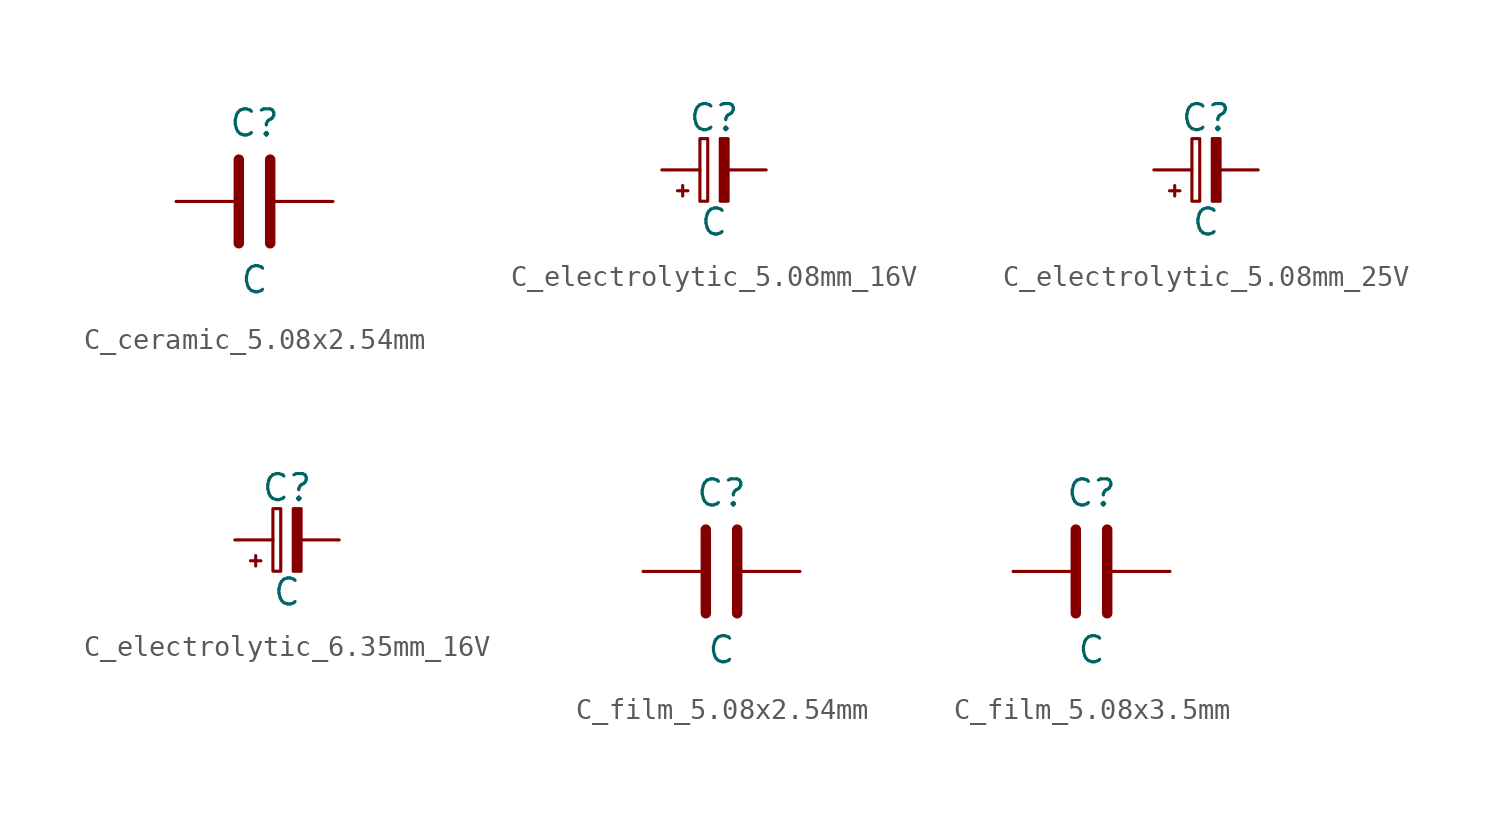
<source format=kicad_sym>
(kicad_symbol_lib
  (version 20241209)
  (generator "kicad_symbol_editor")
  (generator_version "9.0")
  (symbol "C_ceramic_5.08x2.54mm"
    (pin_numbers
      (hide yes))
    (pin_names
      (offset 0.254))
    (property "Reference" "C"
      (at 0 3.81 0)
      (effects (font (size 1.27 1.27))))
    (property "Value" "C"
      (at 0 -3.81 0)
      (effects (font (size 1.27 1.27))))
    (symbol "C_ceramic_5.08x2.54mm_0_1"
      (polyline (pts (xy -0.762 -2.032) (xy -0.762 2.032)) (stroke (width 0.508) (type default)) (fill (type none)))
      (polyline (pts (xy 0.762 -2.032) (xy 0.762 2.032)) (stroke (width 0.508) (type default)) (fill (type none))))
    (symbol "C_ceramic_5.08x2.54mm_1_1"
      (pin passive line (at -3.81 0 0) (length 2.794) (name "~" (effects (font (size 1.27 1.27)))) (number "1" (effects (font (size 1.27 1.27)))))
      (pin passive line (at 3.81 0 180) (length 2.794) (name "~" (effects (font (size 1.27 1.27)))) (number "2" (effects (font (size 1.27 1.27)))))))
  (symbol "C_electrolytic_5.08mm_16V"
    (pin_numbers
      (hide yes))
    (pin_names
      (offset 0.254)
      (hide yes))
    (property "Reference" "C"
      (at 0 2.54 0)
      (effects (font (size 1.27 1.27))))
    (property "Value" "C"
      (at 0 -2.54 0)
      (effects (font (size 1.27 1.27))))
    (symbol "C_electrolytic_5.08mm_16V_0_1"
      (polyline (pts (xy -1.524 -1.27) (xy -1.524 -0.762)) (stroke (width 0) (type default)) (fill (type none)))
      (polyline (pts (xy -1.27 -1.016) (xy -1.778 -1.016)) (stroke (width 0) (type default)) (fill (type none)))
      (rectangle (start -0.686 -1.524) (end -0.305 1.524) (stroke (width 0) (type default)) (fill (type none)))
      (rectangle (start 0.305 -1.524) (end 0.686 1.524) (stroke (width 0) (type default)) (fill (type outline))))
    (symbol "C_electrolytic_5.08mm_16V_1_1"
      (pin passive line (at -2.54 0 0) (length 1.854) (name "~" (effects (font (size 1.27 1.27)))) (number "1" (effects (font (size 1.27 1.27)))))
      (pin passive line (at 2.54 0 180) (length 1.854) (name "~" (effects (font (size 1.27 1.27)))) (number "2" (effects (font (size 1.27 1.27)))))))
  (symbol "C_electrolytic_5.08mm_25V"
    (pin_numbers
      (hide yes))
    (pin_names
      (offset 0.254)
      (hide yes))
    (property "Reference" "C"
      (at 0 2.54 0)
      (effects (font (size 1.27 1.27))))
    (property "Value" "C"
      (at 0 -2.54 0)
      (effects (font (size 1.27 1.27))))
    (symbol "C_electrolytic_5.08mm_25V_0_1"
      (polyline (pts (xy -1.524 -1.27) (xy -1.524 -0.762)) (stroke (width 0) (type default)) (fill (type none)))
      (polyline (pts (xy -1.27 -1.016) (xy -1.778 -1.016)) (stroke (width 0) (type default)) (fill (type none)))
      (rectangle (start -0.686 -1.524) (end -0.305 1.524) (stroke (width 0) (type default)) (fill (type none)))
      (rectangle (start 0.305 -1.524) (end 0.686 1.524) (stroke (width 0) (type default)) (fill (type outline))))
    (symbol "C_electrolytic_5.08mm_25V_1_1"
      (pin passive line (at -2.54 0 0) (length 1.854) (name "~" (effects (font (size 1.27 1.27)))) (number "1" (effects (font (size 1.27 1.27)))))
      (pin passive line (at 2.54 0 180) (length 1.854) (name "~" (effects (font (size 1.27 1.27)))) (number "2" (effects (font (size 1.27 1.27)))))))
  (symbol "C_electrolytic_6.35mm_16V"
    (pin_numbers
      (hide yes))
    (pin_names
      (offset 0.254)
      (hide yes))
    (property "Reference" "C"
      (at 0 2.54 0)
      (effects (font (size 1.27 1.27))))
    (property "Value" "C"
      (at 0 -2.54 0)
      (effects (font (size 1.27 1.27))))
    (symbol "C_electrolytic_6.35mm_16V_0_1"
      (polyline (pts (xy -1.524 -1.27) (xy -1.524 -0.762)) (stroke (width 0) (type default)) (fill (type none)))
      (polyline (pts (xy -1.27 -1.016) (xy -1.778 -1.016)) (stroke (width 0) (type default)) (fill (type none)))
      (rectangle (start -0.686 -1.524) (end -0.305 1.524) (stroke (width 0) (type default)) (fill (type none)))
      (rectangle (start 0.305 -1.524) (end 0.686 1.524) (stroke (width 0) (type default)) (fill (type outline))))
    (symbol "C_electrolytic_6.35mm_16V_1_1"
      (pin passive line (at -2.54 0 0) (length 1.854) (name "~" (effects (font (size 1.27 1.27)))) (number "1" (effects (font (size 1.27 1.27)))))
      (pin passive line (at 2.54 0 180) (length 1.854) (name "~" (effects (font (size 1.27 1.27)))) (number "2" (effects (font (size 1.27 1.27)))))))
  (symbol "C_film_5.08x2.54mm"
    (pin_numbers
      (hide yes))
    (pin_names
      (offset 0.254))
    (property "Reference" "C"
      (at 0 3.81 0)
      (effects (font (size 1.27 1.27))))
    (property "Value" "C"
      (at 0 -3.81 0)
      (effects (font (size 1.27 1.27))))
    (symbol "C_film_5.08x2.54mm_0_1"
      (polyline (pts (xy -0.762 -2.032) (xy -0.762 2.032)) (stroke (width 0.508) (type default)) (fill (type none)))
      (polyline (pts (xy 0.762 -2.032) (xy 0.762 2.032)) (stroke (width 0.508) (type default)) (fill (type none))))
    (symbol "C_film_5.08x2.54mm_1_1"
      (pin passive line (at -3.81 0 0) (length 2.794) (name "~" (effects (font (size 1.27 1.27)))) (number "1" (effects (font (size 1.27 1.27)))))
      (pin passive line (at 3.81 0 180) (length 2.794) (name "~" (effects (font (size 1.27 1.27)))) (number "2" (effects (font (size 1.27 1.27)))))))
  (symbol "C_film_5.08x3.5mm"
    (pin_numbers
      (hide yes))
    (pin_names
      (offset 0.254))
    (property "Reference" "C"
      (at 0 3.81 0)
      (effects (font (size 1.27 1.27))))
    (property "Value" "C"
      (at 0 -3.81 0)
      (effects (font (size 1.27 1.27))))
    (symbol "C_film_5.08x3.5mm_0_1"
      (polyline (pts (xy -0.762 -2.032) (xy -0.762 2.032)) (stroke (width 0.508) (type default)) (fill (type none)))
      (polyline (pts (xy 0.762 -2.032) (xy 0.762 2.032)) (stroke (width 0.508) (type default)) (fill (type none))))
    (symbol "C_film_5.08x3.5mm_1_1"
      (pin passive line (at -3.81 0 0) (length 2.794) (name "~" (effects (font (size 1.27 1.27)))) (number "1" (effects (font (size 1.27 1.27)))))
      (pin passive line (at 3.81 0 180) (length 2.794) (name "~" (effects (font (size 1.27 1.27)))) (number "2" (effects (font (size 1.27 1.27))))))))
</source>
